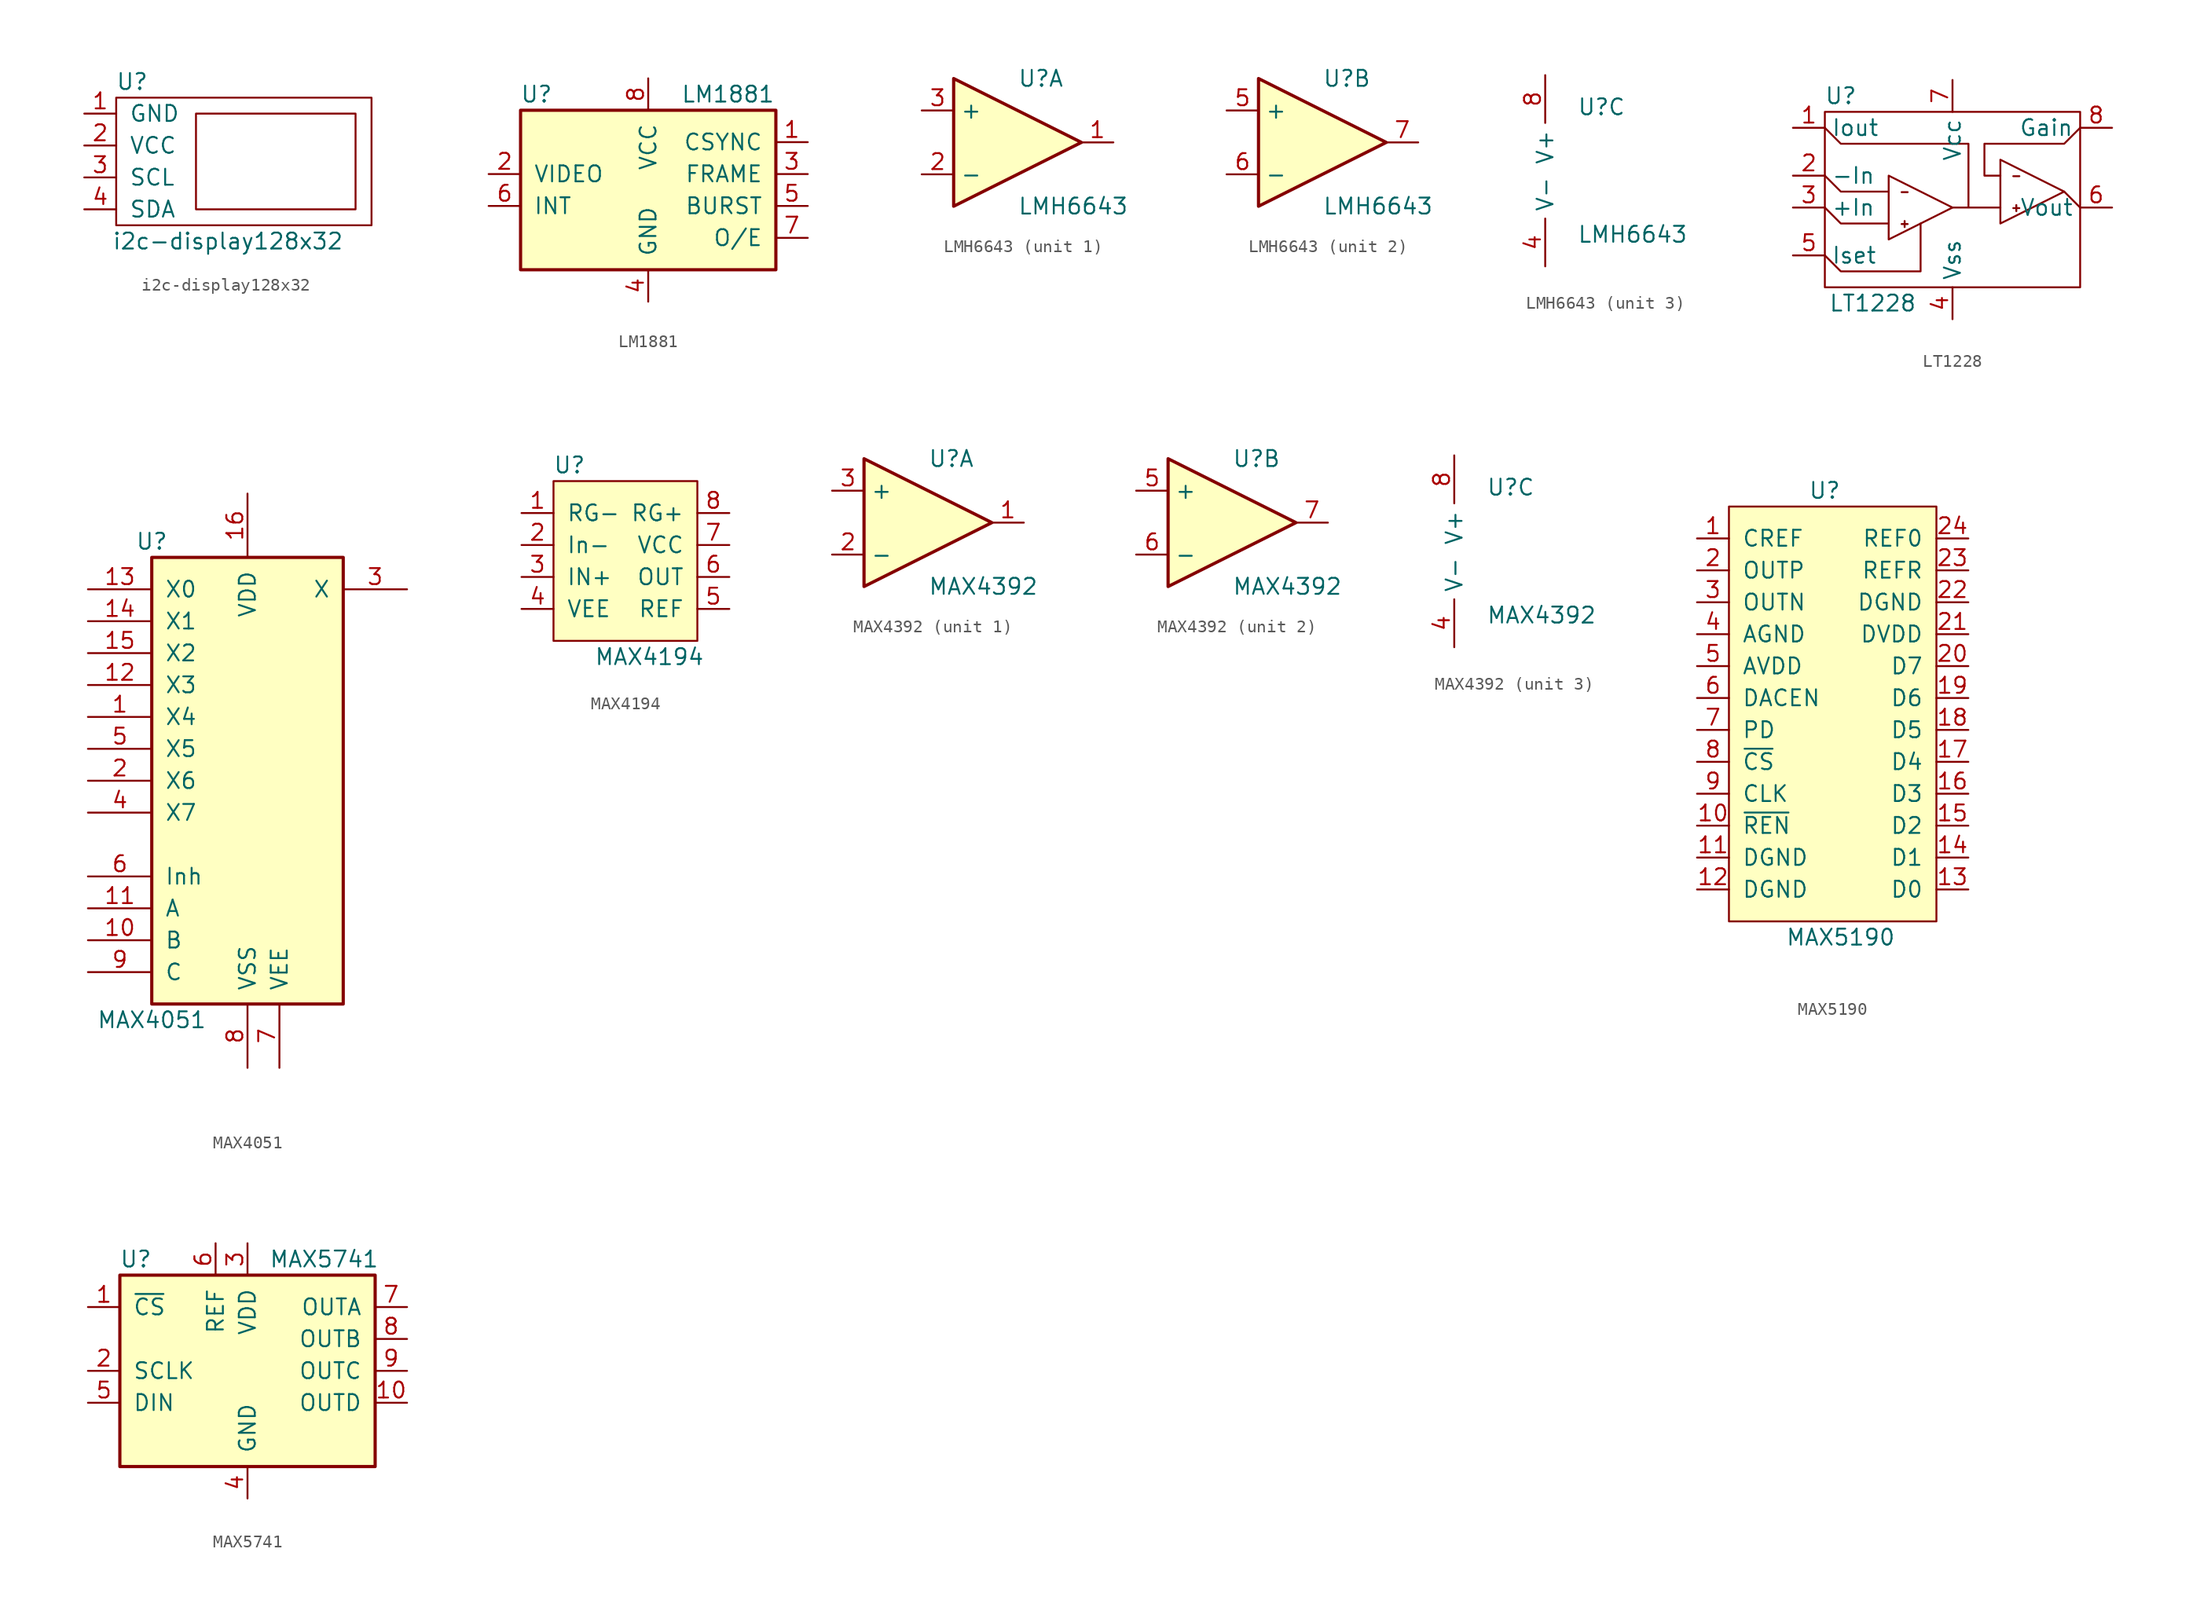
<source format=kicad_sym>
(kicad_symbol_lib
  (version 20241209)
  (generator "kicad_symbol_editor")
  (generator_version "9.0")
  (symbol "i2c-display128x32"
    (pin_names
      (offset 1.016))
    (property "Reference" "U"
      (at -5.08 8.89 0)
      (effects (font (size 1.27 1.27))))
    (property "Value" "i2c-display128x32"
      (at 2.54 -3.81 0)
      (effects (font (size 1.27 1.27))))
    (symbol "i2c-display128x32_0_1"
      (polyline (pts (xy -6.35 7.62) (xy 13.97 7.62) (xy 13.97 -2.54) (xy -6.35 -2.54) (xy -6.35 7.62)) (stroke (width 0) (type solid)) (fill (type none)))
      (polyline (pts (xy 0 6.35) (xy 0 -1.27) (xy 12.7 -1.27) (xy 12.7 6.35) (xy 0 6.35)) (stroke (width 0) (type solid)) (fill (type none))))
    (symbol "i2c-display128x32_1_1"
      (pin input line (at -8.89 6.35 0) (length 2.54) (name "GND" (effects (font (size 1.27 1.27)))) (number "1" (effects (font (size 1.27 1.27)))))
      (pin input line (at -8.89 3.81 0) (length 2.54) (name "VCC" (effects (font (size 1.27 1.27)))) (number "2" (effects (font (size 1.27 1.27)))))
      (pin input line (at -8.89 1.27 0) (length 2.54) (name "SCL" (effects (font (size 1.27 1.27)))) (number "3" (effects (font (size 1.27 1.27)))))
      (pin input line (at -8.89 -1.27 0) (length 2.54) (name "SDA" (effects (font (size 1.27 1.27)))) (number "4" (effects (font (size 1.27 1.27)))))))
  (symbol "LM1881"
    (pin_names
      (offset 1.016))
    (property "Reference" "U"
      (at -8.89 8.89 0)
      (effects (font (size 1.27 1.27))))
    (property "Value" "LM1881"
      (at 6.35 8.89 0)
      (effects (font (size 1.27 1.27))))
    (symbol "LM1881_0_1"
      (rectangle (start -10.16 7.62) (end 10.16 -5.08) (stroke (width 0.254) (type solid)) (fill (type background))))
    (symbol "LM1881_1_1"
      (pin input line (at -12.7 2.54 0) (length 2.54) (name "VIDEO" (effects (font (size 1.27 1.27)))) (number "2" (effects (font (size 1.27 1.27)))))
      (pin input line (at -12.7 0 0) (length 2.54) (name "INT" (effects (font (size 1.27 1.27)))) (number "6" (effects (font (size 1.27 1.27)))))
      (pin power_in line (at 0 10.16 270) (length 2.54) (name "VCC" (effects (font (size 1.27 1.27)))) (number "8" (effects (font (size 1.27 1.27)))))
      (pin power_in line (at 0 -7.62 90) (length 2.54) (name "GND" (effects (font (size 1.27 1.27)))) (number "4" (effects (font (size 1.27 1.27)))))
      (pin output line (at 12.7 5.08 180) (length 2.54) (name "CSYNC" (effects (font (size 1.27 1.27)))) (number "1" (effects (font (size 1.27 1.27)))))
      (pin output line (at 12.7 2.54 180) (length 2.54) (name "FRAME" (effects (font (size 1.27 1.27)))) (number "3" (effects (font (size 1.27 1.27)))))
      (pin output line (at 12.7 0 180) (length 2.54) (name "BURST" (effects (font (size 1.27 1.27)))) (number "5" (effects (font (size 1.27 1.27)))))
      (pin output line (at 12.7 -2.54 180) (length 2.54) (name "O/E" (effects (font (size 1.27 1.27)))) (number "7" (effects (font (size 1.27 1.27)))))))
  (symbol "LMH6643"
    (property "Reference" "U"
      (at 0 5.08 0)
      (effects (font (size 1.27 1.27)) (justify left)))
    (property "Value" "LMH6643"
      (at 0 -5.08 0)
      (effects (font (size 1.27 1.27)) (justify left)))
    (property "ki_locked" ""
      (at 0 0 0)
      (effects (font (size 1.27 1.27))))
    (symbol "LMH6643_1_1"
      (polyline (pts (xy -5.08 5.08) (xy 5.08 0) (xy -5.08 -5.08) (xy -5.08 5.08)) (stroke (width 0.254) (type solid)) (fill (type background)))
      (pin input line (at -7.62 2.54 0) (length 2.54) (name "+" (effects (font (size 1.27 1.27)))) (number "3" (effects (font (size 1.27 1.27)))))
      (pin input line (at -7.62 -2.54 0) (length 2.54) (name "-" (effects (font (size 1.27 1.27)))) (number "2" (effects (font (size 1.27 1.27)))))
      (pin output line (at 7.62 0 180) (length 2.54) (name "~" (effects (font (size 1.27 1.27)))) (number "1" (effects (font (size 1.27 1.27))))))
    (symbol "LMH6643_2_1"
      (polyline (pts (xy -5.08 5.08) (xy 5.08 0) (xy -5.08 -5.08) (xy -5.08 5.08)) (stroke (width 0.254) (type solid)) (fill (type background)))
      (pin input line (at -7.62 2.54 0) (length 2.54) (name "+" (effects (font (size 1.27 1.27)))) (number "5" (effects (font (size 1.27 1.27)))))
      (pin input line (at -7.62 -2.54 0) (length 2.54) (name "-" (effects (font (size 1.27 1.27)))) (number "6" (effects (font (size 1.27 1.27)))))
      (pin output line (at 7.62 0 180) (length 2.54) (name "~" (effects (font (size 1.27 1.27)))) (number "7" (effects (font (size 1.27 1.27))))))
    (symbol "LMH6643_3_1"
      (pin power_in line (at -2.54 7.62 270) (length 3.81) (name "V+" (effects (font (size 1.27 1.27)))) (number "8" (effects (font (size 1.27 1.27)))))
      (pin power_in line (at -2.54 -7.62 90) (length 3.81) (name "V-" (effects (font (size 1.27 1.27)))) (number "4" (effects (font (size 1.27 1.27)))))))
  (symbol "LT1228"
    (property "Reference" "U"
      (at -8.89 8.89 0)
      (effects (font (size 1.27 1.27))))
    (property "Value" "LT1228"
      (at -6.35 -7.62 0)
      (effects (font (size 1.27 1.27))))
    (symbol "LT1228_0_0"
      (rectangle (start -10.16 7.62) (end 10.16 -6.35) (stroke (width 0) (type solid)) (fill (type none)))
      (text "-" (at -3.81 1.27 0) (effects (font (size 0.635 0.635))))
      (text "+" (at -3.81 -1.27 0) (effects (font (size 0.635 0.635))))
      (text "-" (at 5.08 2.54 0) (effects (font (size 0.635 0.635))))
      (text "+" (at 5.08 0 0) (effects (font (size 0.635 0.635)))))
    (symbol "LT1228_0_1"
      (polyline (pts (xy -10.16 2.54) (xy -8.89 1.27) (xy -5.08 1.27)) (stroke (width 0) (type solid)) (fill (type none)))
      (polyline (pts (xy -10.16 0) (xy -8.89 -1.27) (xy -5.08 -1.27)) (stroke (width 0) (type solid)) (fill (type none)))
      (polyline (pts (xy -10.16 -3.81) (xy -8.89 -5.08) (xy -2.54 -5.08) (xy -2.54 -1.27)) (stroke (width 0) (type solid)) (fill (type none)))
      (polyline (pts (xy -5.08 2.54) (xy -5.08 -2.54) (xy 0 0) (xy -5.08 2.54)) (stroke (width 0) (type solid)) (fill (type none)))
      (polyline (pts (xy 3.81 3.81) (xy 3.81 -1.27) (xy 8.89 1.27) (xy 3.81 3.81)) (stroke (width 0) (type solid)) (fill (type none)))
      (polyline (pts (xy 3.81 0) (xy 0 0) (xy 1.27 0) (xy 1.27 5.08) (xy -8.89 5.08) (xy -10.16 6.35)) (stroke (width 0) (type solid)) (fill (type none)))
      (polyline (pts (xy 8.89 1.27) (xy 10.16 0)) (stroke (width 0) (type solid)) (fill (type none)))
      (polyline (pts (xy 10.16 6.35) (xy 8.89 5.08) (xy 2.54 5.08) (xy 2.54 2.54) (xy 3.81 2.54)) (stroke (width 0) (type solid)) (fill (type none))))
    (symbol "LT1228_1_1"
      (pin passive line (at -12.7 6.35 0) (length 2.54) (name "Iout" (effects (font (size 1.27 1.27)))) (number "1" (effects (font (size 1.27 1.27)))))
      (pin input line (at -12.7 2.54 0) (length 2.54) (name "-In" (effects (font (size 1.27 1.27)))) (number "2" (effects (font (size 1.27 1.27)))))
      (pin input line (at -12.7 0 0) (length 2.54) (name "+In" (effects (font (size 1.27 1.27)))) (number "3" (effects (font (size 1.27 1.27)))))
      (pin input line (at -12.7 -3.81 0) (length 2.54) (name "Iset" (effects (font (size 1.27 1.27)))) (number "5" (effects (font (size 1.27 1.27)))))
      (pin power_in line (at 0 10.16 270) (length 2.54) (name "Vcc" (effects (font (size 1.27 1.27)))) (number "7" (effects (font (size 1.27 1.27)))))
      (pin power_in line (at 0 -8.89 90) (length 2.54) (name "Vss" (effects (font (size 1.27 1.27)))) (number "4" (effects (font (size 1.27 1.27)))))
      (pin input line (at 12.7 6.35 180) (length 2.54) (name "Gain" (effects (font (size 1.27 1.27)))) (number "8" (effects (font (size 1.27 1.27)))))
      (pin output line (at 12.7 0 180) (length 2.54) (name "Vout" (effects (font (size 1.27 1.27)))) (number "6" (effects (font (size 1.27 1.27)))))))
  (symbol "MAX4051"
    (pin_names
      (offset 1.016))
    (property "Reference" "U"
      (at -7.62 19.05 0)
      (effects (font (size 1.27 1.27))))
    (property "Value" "MAX4051"
      (at -7.62 -19.05 0)
      (effects (font (size 1.27 1.27))))
    (property "ki_locked" ""
      (at 0 0 0)
      (effects (font (size 1.27 1.27))))
    (symbol "MAX4051_1_0"
      (pin passive line (at -12.7 15.24 0) (length 5.08) (name "X0" (effects (font (size 1.27 1.27)))) (number "13" (effects (font (size 1.27 1.27)))))
      (pin passive line (at -12.7 12.7 0) (length 5.08) (name "X1" (effects (font (size 1.27 1.27)))) (number "14" (effects (font (size 1.27 1.27)))))
      (pin passive line (at -12.7 10.16 0) (length 5.08) (name "X2" (effects (font (size 1.27 1.27)))) (number "15" (effects (font (size 1.27 1.27)))))
      (pin passive line (at -12.7 7.62 0) (length 5.08) (name "X3" (effects (font (size 1.27 1.27)))) (number "12" (effects (font (size 1.27 1.27)))))
      (pin passive line (at -12.7 5.08 0) (length 5.08) (name "X4" (effects (font (size 1.27 1.27)))) (number "1" (effects (font (size 1.27 1.27)))))
      (pin passive line (at -12.7 2.54 0) (length 5.08) (name "X5" (effects (font (size 1.27 1.27)))) (number "5" (effects (font (size 1.27 1.27)))))
      (pin passive line (at -12.7 0 0) (length 5.08) (name "X6" (effects (font (size 1.27 1.27)))) (number "2" (effects (font (size 1.27 1.27)))))
      (pin passive line (at -12.7 -2.54 0) (length 5.08) (name "X7" (effects (font (size 1.27 1.27)))) (number "4" (effects (font (size 1.27 1.27)))))
      (pin input line (at -12.7 -7.62 0) (length 5.08) (name "Inh" (effects (font (size 1.27 1.27)))) (number "6" (effects (font (size 1.27 1.27)))))
      (pin input line (at -12.7 -10.16 0) (length 5.08) (name "A" (effects (font (size 1.27 1.27)))) (number "11" (effects (font (size 1.27 1.27)))))
      (pin input line (at -12.7 -12.7 0) (length 5.08) (name "B" (effects (font (size 1.27 1.27)))) (number "10" (effects (font (size 1.27 1.27)))))
      (pin input line (at -12.7 -15.24 0) (length 5.08) (name "C" (effects (font (size 1.27 1.27)))) (number "9" (effects (font (size 1.27 1.27)))))
      (pin power_in line (at 0 22.86 270) (length 5.08) (name "VDD" (effects (font (size 1.27 1.27)))) (number "16" (effects (font (size 1.27 1.27)))))
      (pin power_in line (at 0 -22.86 90) (length 5.08) (name "VSS" (effects (font (size 1.27 1.27)))) (number "8" (effects (font (size 1.27 1.27)))))
      (pin power_in line (at 2.54 -22.86 90) (length 5.08) (name "VEE" (effects (font (size 1.27 1.27)))) (number "7" (effects (font (size 1.27 1.27)))))
      (pin passive line (at 12.7 15.24 180) (length 5.08) (name "X" (effects (font (size 1.27 1.27)))) (number "3" (effects (font (size 1.27 1.27))))))
    (symbol "MAX4051_1_1"
      (rectangle (start -7.62 17.78) (end 7.62 -17.78) (stroke (width 0.254) (type solid)) (fill (type background)))))
  (symbol "MAX4194"
    (pin_names
      (offset 1.016))
    (property "Reference" "U"
      (at -1.27 12.7 0)
      (effects (font (size 1.27 1.27))))
    (property "Value" "MAX4194"
      (at 5.08 -2.54 0)
      (effects (font (size 1.27 1.27))))
    (symbol "MAX4194_0_1"
      (rectangle (start -2.54 11.43) (end 8.89 -1.27) (stroke (width 0) (type solid)) (fill (type background))))
    (symbol "MAX4194_1_1"
      (pin input line (at -5.08 8.89 0) (length 2.54) (name "RG-" (effects (font (size 1.27 1.27)))) (number "1" (effects (font (size 1.27 1.27)))))
      (pin input line (at -5.08 6.35 0) (length 2.54) (name "In-" (effects (font (size 1.27 1.27)))) (number "2" (effects (font (size 1.27 1.27)))))
      (pin input line (at -5.08 3.81 0) (length 2.54) (name "IN+" (effects (font (size 1.27 1.27)))) (number "3" (effects (font (size 1.27 1.27)))))
      (pin input line (at -5.08 1.27 0) (length 2.54) (name "VEE" (effects (font (size 1.27 1.27)))) (number "4" (effects (font (size 1.27 1.27)))))
      (pin input line (at 11.43 8.89 180) (length 2.54) (name "RG+" (effects (font (size 1.27 1.27)))) (number "8" (effects (font (size 1.27 1.27)))))
      (pin input line (at 11.43 6.35 180) (length 2.54) (name "VCC" (effects (font (size 1.27 1.27)))) (number "7" (effects (font (size 1.27 1.27)))))
      (pin input line (at 11.43 3.81 180) (length 2.54) (name "OUT" (effects (font (size 1.27 1.27)))) (number "6" (effects (font (size 1.27 1.27)))))
      (pin input line (at 11.43 1.27 180) (length 2.54) (name "REF" (effects (font (size 1.27 1.27)))) (number "5" (effects (font (size 1.27 1.27)))))))
  (symbol "MAX4392"
    (property "Reference" "U"
      (at 0 5.08 0)
      (effects (font (size 1.27 1.27)) (justify left)))
    (property "Value" "MAX4392"
      (at 0 -5.08 0)
      (effects (font (size 1.27 1.27)) (justify left)))
    (property "ki_locked" ""
      (at 0 0 0)
      (effects (font (size 1.27 1.27))))
    (symbol "MAX4392_1_1"
      (polyline (pts (xy -5.08 5.08) (xy 5.08 0) (xy -5.08 -5.08) (xy -5.08 5.08)) (stroke (width 0.254) (type solid)) (fill (type background)))
      (pin input line (at -7.62 2.54 0) (length 2.54) (name "+" (effects (font (size 1.27 1.27)))) (number "3" (effects (font (size 1.27 1.27)))))
      (pin input line (at -7.62 -2.54 0) (length 2.54) (name "-" (effects (font (size 1.27 1.27)))) (number "2" (effects (font (size 1.27 1.27)))))
      (pin output line (at 7.62 0 180) (length 2.54) (name "~" (effects (font (size 1.27 1.27)))) (number "1" (effects (font (size 1.27 1.27))))))
    (symbol "MAX4392_2_1"
      (polyline (pts (xy -5.08 5.08) (xy 5.08 0) (xy -5.08 -5.08) (xy -5.08 5.08)) (stroke (width 0.254) (type solid)) (fill (type background)))
      (pin input line (at -7.62 2.54 0) (length 2.54) (name "+" (effects (font (size 1.27 1.27)))) (number "5" (effects (font (size 1.27 1.27)))))
      (pin input line (at -7.62 -2.54 0) (length 2.54) (name "-" (effects (font (size 1.27 1.27)))) (number "6" (effects (font (size 1.27 1.27)))))
      (pin output line (at 7.62 0 180) (length 2.54) (name "~" (effects (font (size 1.27 1.27)))) (number "7" (effects (font (size 1.27 1.27))))))
    (symbol "MAX4392_3_1"
      (pin power_in line (at -2.54 7.62 270) (length 3.81) (name "V+" (effects (font (size 1.27 1.27)))) (number "8" (effects (font (size 1.27 1.27)))))
      (pin power_in line (at -2.54 -7.62 90) (length 3.81) (name "V-" (effects (font (size 1.27 1.27)))) (number "4" (effects (font (size 1.27 1.27)))))))
  (symbol "MAX5190"
    (pin_names
      (offset 1.016))
    (property "Reference" "U"
      (at -1.27 17.78 0)
      (effects (font (size 1.27 1.27))))
    (property "Value" "MAX5190"
      (at 0 -17.78 0)
      (effects (font (size 1.27 1.27))))
    (symbol "MAX5190_0_1"
      (rectangle (start -8.89 16.51) (end 7.62 -16.51) (stroke (width 0) (type solid)) (fill (type background))))
    (symbol "MAX5190_1_1"
      (pin input line (at -11.43 13.97 0) (length 2.54) (name "CREF" (effects (font (size 1.27 1.27)))) (number "1" (effects (font (size 1.27 1.27)))))
      (pin input line (at -11.43 11.43 0) (length 2.54) (name "OUTP" (effects (font (size 1.27 1.27)))) (number "2" (effects (font (size 1.27 1.27)))))
      (pin input line (at -11.43 8.89 0) (length 2.54) (name "OUTN" (effects (font (size 1.27 1.27)))) (number "3" (effects (font (size 1.27 1.27)))))
      (pin input line (at -11.43 6.35 0) (length 2.54) (name "AGND" (effects (font (size 1.27 1.27)))) (number "4" (effects (font (size 1.27 1.27)))))
      (pin input line (at -11.43 3.81 0) (length 2.54) (name "AVDD" (effects (font (size 1.27 1.27)))) (number "5" (effects (font (size 1.27 1.27)))))
      (pin input line (at -11.43 1.27 0) (length 2.54) (name "DACEN" (effects (font (size 1.27 1.27)))) (number "6" (effects (font (size 1.27 1.27)))))
      (pin input line (at -11.43 -1.27 0) (length 2.54) (name "PD" (effects (font (size 1.27 1.27)))) (number "7" (effects (font (size 1.27 1.27)))))
      (pin input line (at -11.43 -3.81 0) (length 2.54) (name "~{CS}" (effects (font (size 1.27 1.27)))) (number "8" (effects (font (size 1.27 1.27)))))
      (pin input line (at -11.43 -6.35 0) (length 2.54) (name "CLK" (effects (font (size 1.27 1.27)))) (number "9" (effects (font (size 1.27 1.27)))))
      (pin input line (at -11.43 -8.89 0) (length 2.54) (name "~{REN}" (effects (font (size 1.27 1.27)))) (number "10" (effects (font (size 1.27 1.27)))))
      (pin input line (at -11.43 -11.43 0) (length 2.54) (name "DGND" (effects (font (size 1.27 1.27)))) (number "11" (effects (font (size 1.27 1.27)))))
      (pin input line (at -11.43 -13.97 0) (length 2.54) (name "DGND" (effects (font (size 1.27 1.27)))) (number "12" (effects (font (size 1.27 1.27)))))
      (pin input line (at 10.16 13.97 180) (length 2.54) (name "REF0" (effects (font (size 1.27 1.27)))) (number "24" (effects (font (size 1.27 1.27)))))
      (pin input line (at 10.16 11.43 180) (length 2.54) (name "REFR" (effects (font (size 1.27 1.27)))) (number "23" (effects (font (size 1.27 1.27)))))
      (pin input line (at 10.16 8.89 180) (length 2.54) (name "DGND" (effects (font (size 1.27 1.27)))) (number "22" (effects (font (size 1.27 1.27)))))
      (pin input line (at 10.16 6.35 180) (length 2.54) (name "DVDD" (effects (font (size 1.27 1.27)))) (number "21" (effects (font (size 1.27 1.27)))))
      (pin input line (at 10.16 3.81 180) (length 2.54) (name "D7" (effects (font (size 1.27 1.27)))) (number "20" (effects (font (size 1.27 1.27)))))
      (pin input line (at 10.16 1.27 180) (length 2.54) (name "D6" (effects (font (size 1.27 1.27)))) (number "19" (effects (font (size 1.27 1.27)))))
      (pin input line (at 10.16 -1.27 180) (length 2.54) (name "D5" (effects (font (size 1.27 1.27)))) (number "18" (effects (font (size 1.27 1.27)))))
      (pin input line (at 10.16 -3.81 180) (length 2.54) (name "D4" (effects (font (size 1.27 1.27)))) (number "17" (effects (font (size 1.27 1.27)))))
      (pin input line (at 10.16 -6.35 180) (length 2.54) (name "D3" (effects (font (size 1.27 1.27)))) (number "16" (effects (font (size 1.27 1.27)))))
      (pin input line (at 10.16 -8.89 180) (length 2.54) (name "D2" (effects (font (size 1.27 1.27)))) (number "15" (effects (font (size 1.27 1.27)))))
      (pin input line (at 10.16 -11.43 180) (length 2.54) (name "D1" (effects (font (size 1.27 1.27)))) (number "14" (effects (font (size 1.27 1.27)))))
      (pin input line (at 10.16 -13.97 180) (length 2.54) (name "D0" (effects (font (size 1.27 1.27)))) (number "13" (effects (font (size 1.27 1.27)))))))
  (symbol "MAX5741"
    (pin_names
      (offset 1.016))
    (property "Reference" "U"
      (at -8.89 8.89 0)
      (effects (font (size 1.27 1.27))))
    (property "Value" "MAX5741"
      (at 6.096 8.89 0)
      (effects (font (size 1.27 1.27))))
    (symbol "MAX5741_1_1"
      (rectangle (start -10.16 7.62) (end 10.16 -7.62) (stroke (width 0.254) (type solid)) (fill (type background)))
      (pin input line (at -12.7 5.08 0) (length 2.54) (name "~{CS}" (effects (font (size 1.27 1.27)))) (number "1" (effects (font (size 1.27 1.27)))))
      (pin input line (at -12.7 0 0) (length 2.54) (name "SCLK" (effects (font (size 1.27 1.27)))) (number "2" (effects (font (size 1.27 1.27)))))
      (pin input line (at -12.7 -2.54 0) (length 2.54) (name "DIN" (effects (font (size 1.27 1.27)))) (number "5" (effects (font (size 1.27 1.27)))))
      (pin power_in line (at -2.54 10.16 270) (length 2.54) (name "REF" (effects (font (size 1.27 1.27)))) (number "6" (effects (font (size 1.27 1.27)))))
      (pin power_in line (at 0 10.16 270) (length 2.54) (name "VDD" (effects (font (size 1.27 1.27)))) (number "3" (effects (font (size 1.27 1.27)))))
      (pin power_in line (at 0 -10.16 90) (length 2.54) (name "GND" (effects (font (size 1.27 1.27)))) (number "4" (effects (font (size 1.27 1.27)))))
      (pin output line (at 12.7 5.08 180) (length 2.54) (name "OUTA" (effects (font (size 1.27 1.27)))) (number "7" (effects (font (size 1.27 1.27)))))
      (pin output line (at 12.7 2.54 180) (length 2.54) (name "OUTB" (effects (font (size 1.27 1.27)))) (number "8" (effects (font (size 1.27 1.27)))))
      (pin output line (at 12.7 0 180) (length 2.54) (name "OUTC" (effects (font (size 1.27 1.27)))) (number "9" (effects (font (size 1.27 1.27)))))
      (pin output line (at 12.7 -2.54 180) (length 2.54) (name "OUTD" (effects (font (size 1.27 1.27)))) (number "10" (effects (font (size 1.27 1.27))))))))
</source>
